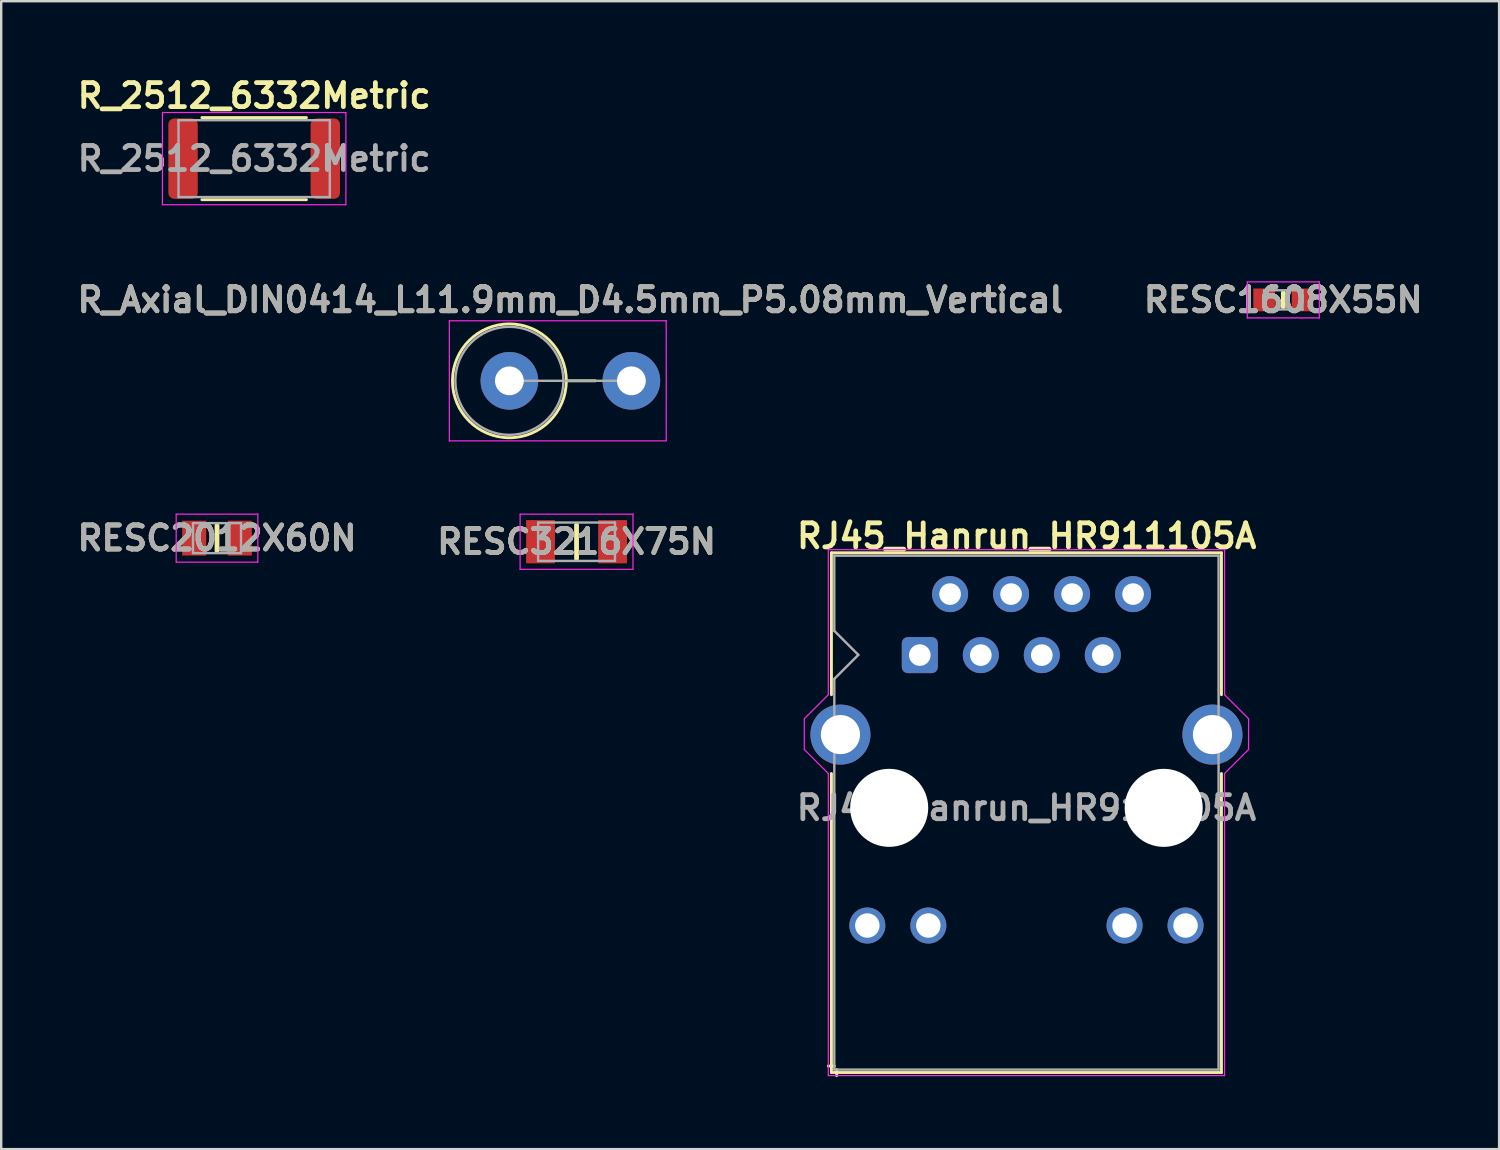
<source format=kicad_pcb>
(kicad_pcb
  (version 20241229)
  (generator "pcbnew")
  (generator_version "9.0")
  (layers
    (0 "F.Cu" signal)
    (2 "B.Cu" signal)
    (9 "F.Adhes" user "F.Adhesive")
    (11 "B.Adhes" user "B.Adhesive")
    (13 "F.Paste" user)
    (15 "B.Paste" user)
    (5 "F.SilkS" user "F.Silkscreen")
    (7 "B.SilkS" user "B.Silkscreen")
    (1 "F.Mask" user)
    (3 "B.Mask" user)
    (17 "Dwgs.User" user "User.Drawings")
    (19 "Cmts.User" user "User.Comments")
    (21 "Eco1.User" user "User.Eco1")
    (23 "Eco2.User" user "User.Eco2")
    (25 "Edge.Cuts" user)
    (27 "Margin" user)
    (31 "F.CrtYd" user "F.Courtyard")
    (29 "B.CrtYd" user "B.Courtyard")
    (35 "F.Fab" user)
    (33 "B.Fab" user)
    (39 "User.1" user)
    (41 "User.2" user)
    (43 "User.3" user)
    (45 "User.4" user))
  (footprint "RESC3216X75N"
    (layer "F.Cu")
    (at 20.957 19.507)
    (property "Reference" "RESC3216X75N" (at 0 0 0) (layer "F.SilkS") (effects (font (size 1 1) (thickness 0.2))))
    (attr smd)
    (fp_line (start 0 -0.7) (end 0 0.7) (stroke (width 0.2) (type solid)) (layer "F.SilkS"))
    (fp_line (start -2.35 -1.15) (end 2.35 -1.15) (stroke (width 0.05) (type solid)) (layer "F.CrtYd"))
    (fp_line (start -2.35 1.15) (end -2.35 -1.15) (stroke (width 0.05) (type solid)) (layer "F.CrtYd"))
    (fp_line (start 2.35 -1.15) (end 2.35 1.15) (stroke (width 0.05) (type solid)) (layer "F.CrtYd"))
    (fp_line (start 2.35 1.15) (end -2.35 1.15) (stroke (width 0.05) (type solid)) (layer "F.CrtYd"))
    (fp_line (start -1.6 -0.8) (end 1.6 -0.8) (stroke (width 0.1) (type solid)) (layer "F.Fab"))
    (fp_line (start -1.6 0.8) (end -1.6 -0.8) (stroke (width 0.1) (type solid)) (layer "F.Fab"))
    (fp_line (start 1.6 -0.8) (end 1.6 0.8) (stroke (width 0.1) (type solid)) (layer "F.Fab"))
    (fp_line (start 1.6 0.8) (end -1.6 0.8) (stroke (width 0.1) (type solid)) (layer "F.Fab"))
    (fp_text user "${REFERENCE}" (at 0 0 0) (layer "F.Fab") (effects (font (size 1 1) (thickness 0.2))))
    (pad "1" smd rect (at -1.5 0) (size 1.2 1.8) (layers "F.Cu" "F.Mask" "F.Paste"))
    (pad "2" smd rect (at 1.5 0) (size 1.2 1.8) (layers "F.Cu" "F.Mask" "F.Paste")))
  (footprint "RESC2012X60N"
    (layer "F.Cu")
    (at 5.986 19.357)
    (property "Reference" "RESC2012X60N" (at 0 0 0) (layer "F.SilkS") (effects (font (size 1 1) (thickness 0.2))))
    (attr smd)
    (fp_line (start 0 -0.525) (end 0 0.525) (stroke (width 0.2) (type solid)) (layer "F.SilkS"))
    (fp_line (start -1.7 -1) (end 1.7 -1) (stroke (width 0.05) (type solid)) (layer "F.CrtYd"))
    (fp_line (start -1.7 1) (end -1.7 -1) (stroke (width 0.05) (type solid)) (layer "F.CrtYd"))
    (fp_line (start 1.7 -1) (end 1.7 1) (stroke (width 0.05) (type solid)) (layer "F.CrtYd"))
    (fp_line (start 1.7 1) (end -1.7 1) (stroke (width 0.05) (type solid)) (layer "F.CrtYd"))
    (fp_line (start -1 -0.625) (end 1 -0.625) (stroke (width 0.1) (type solid)) (layer "F.Fab"))
    (fp_line (start -1 0.625) (end -1 -0.625) (stroke (width 0.1) (type solid)) (layer "F.Fab"))
    (fp_line (start 1 -0.625) (end 1 0.625) (stroke (width 0.1) (type solid)) (layer "F.Fab"))
    (fp_line (start 1 0.625) (end -1 0.625) (stroke (width 0.1) (type solid)) (layer "F.Fab"))
    (fp_text user "${REFERENCE}" (at 0 0 0) (layer "F.Fab") (effects (font (size 1 1) (thickness 0.2))))
    (pad "1" smd rect (at -0.95 0) (size 1 1.45) (layers "F.Cu" "F.Mask" "F.Paste"))
    (pad "2" smd rect (at 0.95 0) (size 1 1.45) (layers "F.Cu" "F.Mask" "F.Paste")))
  (footprint "RESC1608X55N"
    (layer "F.Cu")
    (at 50.386 9.437)
    (property "Reference" "RESC1608X55N" (at 0 0 0) (layer "F.SilkS") (effects (font (size 1 1) (thickness 0.2))))
    (attr smd)
    (fp_line (start 0 -0.3) (end 0 0.3) (stroke (width 0.2) (type solid)) (layer "F.SilkS"))
    (fp_line (start -1.5 -0.75) (end 1.5 -0.75) (stroke (width 0.05) (type solid)) (layer "F.CrtYd"))
    (fp_line (start -1.5 0.75) (end -1.5 -0.75) (stroke (width 0.05) (type solid)) (layer "F.CrtYd"))
    (fp_line (start 1.5 -0.75) (end 1.5 0.75) (stroke (width 0.05) (type solid)) (layer "F.CrtYd"))
    (fp_line (start 1.5 0.75) (end -1.5 0.75) (stroke (width 0.05) (type solid)) (layer "F.CrtYd"))
    (fp_line (start -0.8 -0.4) (end 0.8 -0.4) (stroke (width 0.1) (type solid)) (layer "F.Fab"))
    (fp_line (start -0.8 0.4) (end -0.8 -0.4) (stroke (width 0.1) (type solid)) (layer "F.Fab"))
    (fp_line (start 0.8 -0.4) (end 0.8 0.4) (stroke (width 0.1) (type solid)) (layer "F.Fab"))
    (fp_line (start 0.8 0.4) (end -0.8 0.4) (stroke (width 0.1) (type solid)) (layer "F.Fab"))
    (fp_text user "${REFERENCE}" (at 0 0 0) (layer "F.Fab") (effects (font (size 1 1) (thickness 0.2))))
    (pad "1" smd rect (at -0.8 0) (size 0.9 0.95) (layers "F.Cu" "F.Mask" "F.Paste"))
    (pad "2" smd rect (at 0.8 0) (size 0.9 0.95) (layers "F.Cu" "F.Mask" "F.Paste")))
  (footprint "RJ45_Hanrun_HR911105A"
    (layer "F.Cu")
    (at 35.25 24.228)
    (property "Reference" "RJ45_Hanrun_HR911105A" (at 4.45 -4.96 0) (layer "F.SilkS") (effects (font (size 1 1) (thickness 0.2))))
    (attr through_hole)
    (fp_line (start -3.68 -4.26) (end -3.68 1.65) (stroke (width 0.12) (type solid)) (layer "F.SilkS"))
    (fp_line (start -3.68 -4.26) (end 12.56 -4.26) (stroke (width 0.12) (type solid)) (layer "F.SilkS"))
    (fp_line (start -3.68 4.93) (end -3.68 17.38) (stroke (width 0.12) (type solid)) (layer "F.SilkS"))
    (fp_line (start -3.56 17.11) (end -3.81 17.11) (stroke (width 0.12) (type solid)) (layer "F.SilkS"))
    (fp_line (start -3.46 17.26) (end -3.46 17.51) (stroke (width 0.12) (type solid)) (layer "F.SilkS"))
    (fp_line (start 12.56 -4.26) (end 12.56 1.65) (stroke (width 0.12) (type solid)) (layer "F.SilkS"))
    (fp_line (start 12.56 4.93) (end 12.56 17.38) (stroke (width 0.12) (type solid)) (layer "F.SilkS"))
    (fp_line (start 12.56 17.38) (end -3.68 17.38) (stroke (width 0.12) (type solid)) (layer "F.SilkS"))
    (fp_line (start -4.81 3.93) (end -4.81 2.65) (stroke (width 0.05) (type solid)) (layer "F.CrtYd"))
    (fp_line (start -4.81 3.93) (end -3.81 4.93) (stroke (width 0.05) (type solid)) (layer "F.CrtYd"))
    (fp_line (start -3.81 -4.39) (end 12.69 -4.39) (stroke (width 0.05) (type solid)) (layer "F.CrtYd"))
    (fp_line (start -3.81 1.65) (end -4.81 2.65) (stroke (width 0.05) (type solid)) (layer "F.CrtYd"))
    (fp_line (start -3.81 1.65) (end -3.81 -4.4) (stroke (width 0.05) (type solid)) (layer "F.CrtYd"))
    (fp_line (start -3.81 4.93) (end -3.81 17.51) (stroke (width 0.05) (type solid)) (layer "F.CrtYd"))
    (fp_line (start -3.81 17.51) (end 12.69 17.51) (stroke (width 0.05) (type solid)) (layer "F.CrtYd"))
    (fp_line (start 12.69 1.65) (end 12.69 -4.39) (stroke (width 0.05) (type solid)) (layer "F.CrtYd"))
    (fp_line (start 12.69 1.65) (end 13.69 2.65) (stroke (width 0.05) (type solid)) (layer "F.CrtYd"))
    (fp_line (start 12.69 4.93) (end 12.69 17.51) (stroke (width 0.05) (type solid)) (layer "F.CrtYd"))
    (fp_line (start 13.69 3.93) (end 12.69 4.93) (stroke (width 0.05) (type solid)) (layer "F.CrtYd"))
    (fp_line (start 13.69 3.93) (end 13.69 2.65) (stroke (width 0.05) (type solid)) (layer "F.CrtYd"))
    (fp_line (start -3.56 -4.14) (end -3.56 -1.01) (stroke (width 0.1) (type solid)) (layer "F.Fab"))
    (fp_line (start -3.56 -4.14) (end 12.44 -4.14) (stroke (width 0.1) (type solid)) (layer "F.Fab"))
    (fp_line (start -3.56 0.99) (end -3.56 17.26) (stroke (width 0.1) (type solid)) (layer "F.Fab"))
    (fp_line (start -3.56 17.26) (end 12.44 17.26) (stroke (width 0.1) (type solid)) (layer "F.Fab"))
    (fp_line (start -2.56 -0.01) (end -3.56 -1.01) (stroke (width 0.1) (type solid)) (layer "F.Fab"))
    (fp_line (start -2.56 -0.01) (end -3.56 0.99) (stroke (width 0.1) (type solid)) (layer "F.Fab"))
    (fp_line (start 12.44 -4.14) (end 12.44 17.26) (stroke (width 0.1) (type solid)) (layer "F.Fab"))
    (fp_text user "${REFERENCE}" (at 4.44 6.36 0) (layer "F.Fab") (effects (font (size 1 1) (thickness 0.2))))
    (pad "" np_thru_hole circle (at -1.275 6.36) (size 3.25 3.25) (drill 3.25) (layers "*.Cu" "*.Mask"))
    (pad "" np_thru_hole circle (at 10.155 6.36) (size 3.25 3.25) (drill 3.25) (layers "*.Cu" "*.Mask"))
    (pad "1" thru_hole roundrect (at 0 0) (size 1.5 1.5) (drill 0.9) (layers "*.Cu" "*.Mask") (roundrect_rratio 0.167))
    (pad "2" thru_hole circle (at 1.26 -2.54) (size 1.5 1.5) (drill 0.9) (layers "*.Cu" "*.Mask"))
    (pad "3" thru_hole circle (at 2.54 0) (size 1.5 1.5) (drill 0.9) (layers "*.Cu" "*.Mask"))
    (pad "4" thru_hole circle (at 3.8 -2.54) (size 1.5 1.5) (drill 0.9) (layers "*.Cu" "*.Mask"))
    (pad "5" thru_hole circle (at 5.08 0) (size 1.5 1.5) (drill 0.9) (layers "*.Cu" "*.Mask"))
    (pad "6" thru_hole circle (at 6.34 -2.54 90) (size 1.5 1.5) (drill 0.9) (layers "*.Cu" "*.Mask"))
    (pad "7" thru_hole circle (at 7.62 0) (size 1.5 1.5) (drill 0.9) (layers "*.Cu" "*.Mask"))
    (pad "8" thru_hole circle (at 8.88 -2.54) (size 1.5 1.5) (drill 0.9) (layers "*.Cu" "*.Mask"))
    (pad "9" thru_hole circle (at -2.185 11.26) (size 1.5 1.5) (drill 1.02) (layers "*.Cu" "*.Mask"))
    (pad "10" thru_hole circle (at 0.355 11.26) (size 1.5 1.5) (drill 1.02) (layers "*.Cu" "*.Mask"))
    (pad "11" thru_hole circle (at 8.525 11.26) (size 1.5 1.5) (drill 1.02) (layers "*.Cu" "*.Mask"))
    (pad "12" thru_hole circle (at 11.065 11.26) (size 1.5 1.5) (drill 1.02) (layers "*.Cu" "*.Mask"))
    (pad "SH" thru_hole circle (at -3.305 3.31) (size 2.5 2.5) (drill 1.63) (layers "*.Cu" "*.Mask"))
    (pad "SH" thru_hole circle (at 12.185 3.31) (size 2.5 2.5) (drill 1.63) (layers "*.Cu" "*.Mask")))
  (footprint "R_2512_6332Metric"
    (layer "F.Cu")
    (at 7.533 3.556)
    (property "Reference" "R_2512_6332Metric" (at 0 -2.62 0) (layer "F.SilkS") (effects (font (size 1 1) (thickness 0.2))))
    (attr smd)
    (fp_line (start -2.177 -1.71) (end 2.177 -1.71) (stroke (width 0.12) (type solid)) (layer "F.SilkS"))
    (fp_line (start -2.177 1.71) (end 2.177 1.71) (stroke (width 0.12) (type solid)) (layer "F.SilkS"))
    (fp_line (start -3.82 -1.92) (end 3.82 -1.92) (stroke (width 0.05) (type solid)) (layer "F.CrtYd"))
    (fp_line (start -3.82 1.92) (end -3.82 -1.92) (stroke (width 0.05) (type solid)) (layer "F.CrtYd"))
    (fp_line (start 3.82 -1.92) (end 3.82 1.92) (stroke (width 0.05) (type solid)) (layer "F.CrtYd"))
    (fp_line (start 3.82 1.92) (end -3.82 1.92) (stroke (width 0.05) (type solid)) (layer "F.CrtYd"))
    (fp_line (start -3.15 -1.6) (end 3.15 -1.6) (stroke (width 0.1) (type solid)) (layer "F.Fab"))
    (fp_line (start -3.15 1.6) (end -3.15 -1.6) (stroke (width 0.1) (type solid)) (layer "F.Fab"))
    (fp_line (start 3.15 -1.6) (end 3.15 1.6) (stroke (width 0.1) (type solid)) (layer "F.Fab"))
    (fp_line (start 3.15 1.6) (end -3.15 1.6) (stroke (width 0.1) (type solid)) (layer "F.Fab"))
    (fp_text user "${REFERENCE}" (at 0 0 0) (layer "F.Fab") (effects (font (size 1 1) (thickness 0.2))))
    (pad "1" smd roundrect (at -2.962 0) (size 1.225 3.35) (layers "F.Cu" "F.Mask" "F.Paste") (roundrect_rratio 0.204))
    (pad "2" smd roundrect (at 2.962 0) (size 1.225 3.35) (layers "F.Cu" "F.Mask" "F.Paste") (roundrect_rratio 0.204)))
  (footprint "R_Axial_DIN0414_L11.9mm_D4.5mm_P5.08mm_Vertical"
    (layer "F.Cu")
    (at 18.16 12.807)
    (property "Reference" "R_Axial_DIN0414_L11.9mm_D4.5mm_P5.08mm_Vertical" (at 2.54 -3.37 0) (layer "F.SilkS") (effects (font (size 1 1) (thickness 0.2))))
    (attr through_hole)
    (fp_line (start 2.37 0) (end 3.58 0) (stroke (width 0.12) (type solid)) (layer "F.SilkS"))
    (fp_circle (center 0 0) (end 2.37 0) (stroke (width 0.12) (type solid)) (fill no) (layer "F.SilkS"))
    (fp_line (start -2.5 -2.5) (end -2.5 2.5) (stroke (width 0.05) (type solid)) (layer "F.CrtYd"))
    (fp_line (start -2.5 2.5) (end 6.53 2.5) (stroke (width 0.05) (type solid)) (layer "F.CrtYd"))
    (fp_line (start 6.53 -2.5) (end -2.5 -2.5) (stroke (width 0.05) (type solid)) (layer "F.CrtYd"))
    (fp_line (start 6.53 2.5) (end 6.53 -2.5) (stroke (width 0.05) (type solid)) (layer "F.CrtYd"))
    (fp_line (start 0 0) (end 5.08 0) (stroke (width 0.1) (type solid)) (layer "F.Fab"))
    (fp_circle (center 0 0) (end 2.25 0) (stroke (width 0.1) (type solid)) (fill no) (layer "F.Fab"))
    (fp_text user "${REFERENCE}" (at 2.54 -3.37 0) (layer "F.Fab") (effects (font (size 1 1) (thickness 0.2))))
    (pad "1" thru_hole circle (at 0 0) (size 2.4 2.4) (drill 1.2) (layers "*.Cu" "*.Mask"))
    (pad "2" thru_hole oval (at 5.08 0) (size 2.4 2.4) (drill 1.2) (layers "*.Cu" "*.Mask")))
  (gr_rect
    (start -3 -3)
    (end 59.371 44.798)
    (stroke (width 0.1) (type default))
    (fill no)
    (layer "Edge.Cuts")))
</source>
